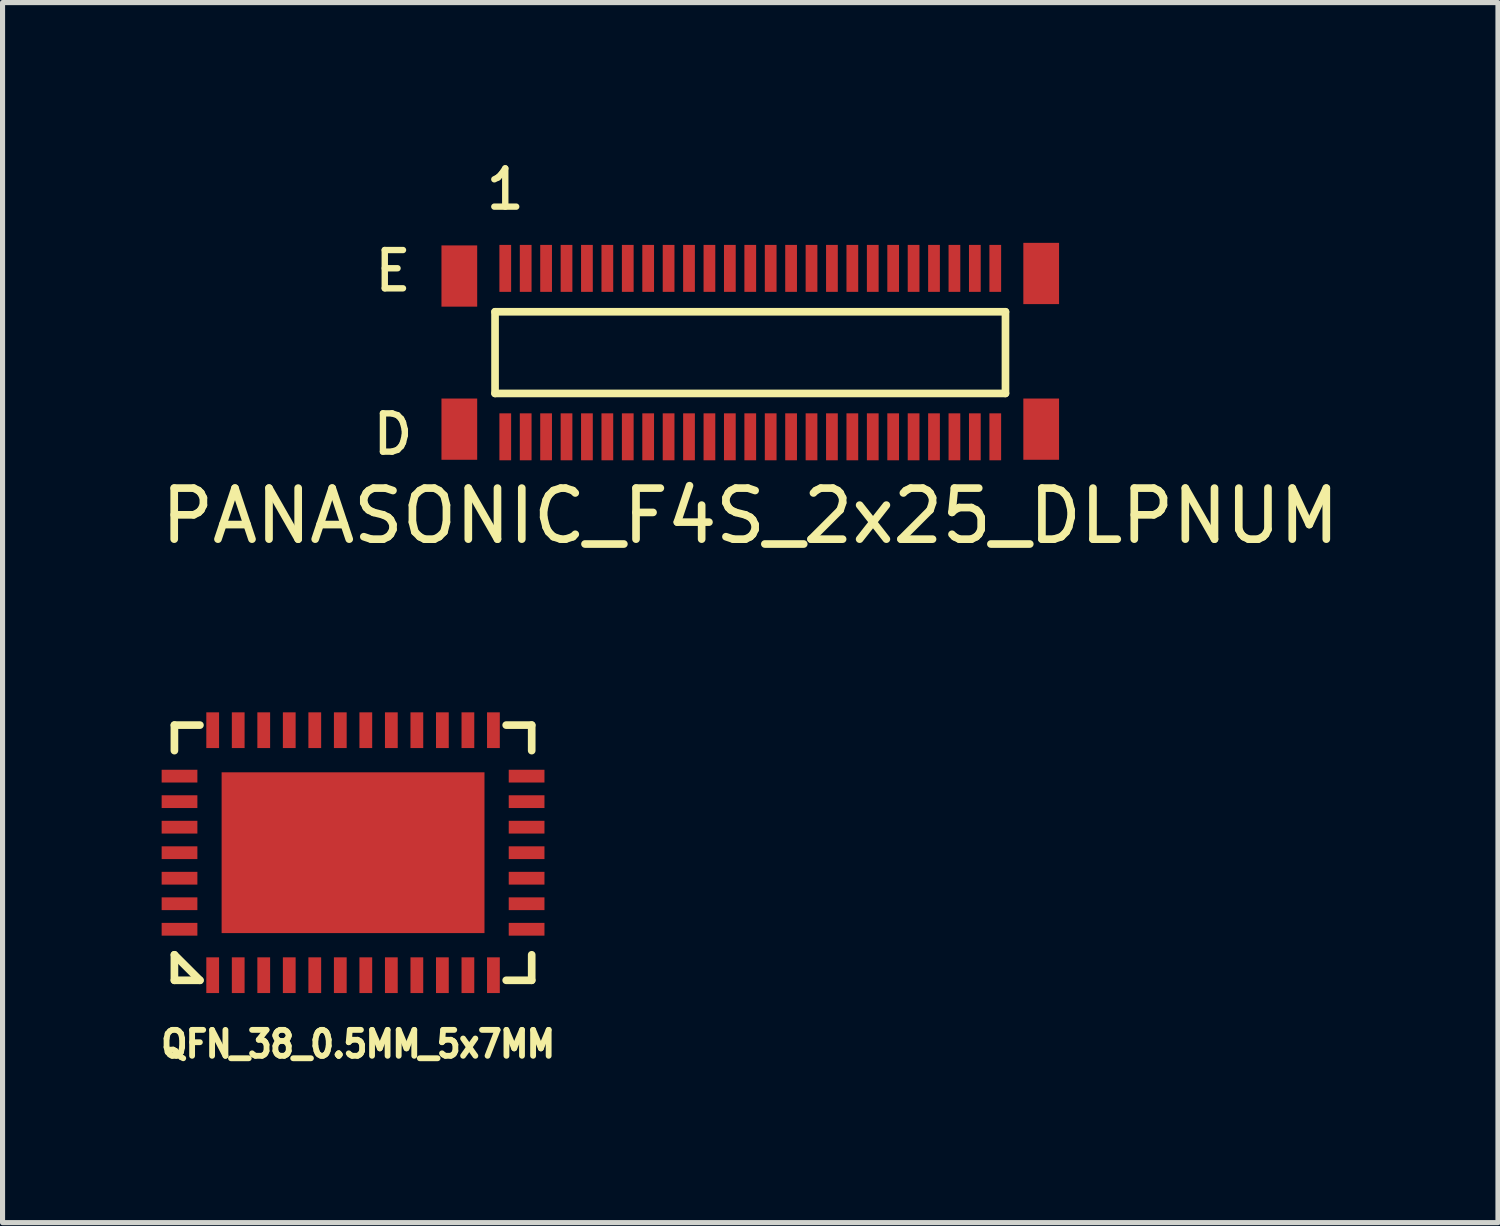
<source format=kicad_pcb>
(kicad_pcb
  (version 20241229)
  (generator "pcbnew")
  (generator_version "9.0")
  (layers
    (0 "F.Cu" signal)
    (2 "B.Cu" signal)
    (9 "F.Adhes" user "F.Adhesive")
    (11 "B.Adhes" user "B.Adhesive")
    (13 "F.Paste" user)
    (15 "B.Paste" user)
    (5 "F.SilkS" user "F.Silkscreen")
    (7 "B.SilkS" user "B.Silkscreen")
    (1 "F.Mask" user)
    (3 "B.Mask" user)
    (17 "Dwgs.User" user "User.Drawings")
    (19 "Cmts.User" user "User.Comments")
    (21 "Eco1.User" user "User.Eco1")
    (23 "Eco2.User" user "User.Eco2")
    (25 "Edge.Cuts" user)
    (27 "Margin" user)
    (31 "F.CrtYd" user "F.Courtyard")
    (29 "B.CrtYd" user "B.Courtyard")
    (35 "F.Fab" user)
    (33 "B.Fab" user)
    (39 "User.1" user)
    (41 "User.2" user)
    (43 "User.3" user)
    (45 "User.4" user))
  (footprint "PANASONIC_F4S_2x25_DLPNUM"
    (layer "F.Cu")
    (at 11.649 3.858)
    (property "Reference" "PANASONIC_F4S_2x25_DLPNUM" (at 0 3.2 0) (layer "F.SilkS") (effects (font (size 1 1) (thickness 0.15))))
    (attr through_hole)
    (fp_line (start -5 -0.8) (end -5 0.8) (stroke (width 0.15) (type solid)) (layer "F.SilkS"))
    (fp_line (start -5 0.8) (end 5 0.8) (stroke (width 0.15) (type solid)) (layer "F.SilkS"))
    (fp_line (start 5 -0.8) (end -5 -0.8) (stroke (width 0.15) (type solid)) (layer "F.SilkS"))
    (fp_line (start 5 0.8) (end 5 -0.8) (stroke (width 0.15) (type solid)) (layer "F.SilkS"))
    (fp_text user "1" (at -4.8 -3.2 0) (layer "F.SilkS") (effects (font (size 0.75 0.75) (thickness 0.125))))
    (fp_text user "E" (at -7 -1.6 0) (layer "F.SilkS") (effects (font (size 0.75 0.75) (thickness 0.125))))
    (fp_text user "D" (at -7 1.6 0) (layer "F.SilkS") (effects (font (size 0.75 0.75) (thickness 0.125))))
    (pad "" smd rect (at -5.7 -1.5) (size 0.7 1.2) (layers "F.Cu" "F.Mask" "F.Paste"))
    (pad "" smd rect (at -5.7 1.5) (size 0.7 1.2) (layers "F.Cu" "F.Mask" "F.Paste"))
    (pad "" smd rect (at 5.7 -1.55) (size 0.7 1.2) (layers "F.Cu" "F.Mask" "F.Paste"))
    (pad "" smd rect (at 5.7 1.5) (size 0.7 1.2) (layers "F.Cu" "F.Mask" "F.Paste"))
    (pad "D1" smd rect (at -4.8 1.65) (size 0.23 0.92) (layers "F.Cu" "F.Mask" "F.Paste"))
    (pad "D2" smd rect (at -4.4 1.65) (size 0.23 0.92) (layers "F.Cu" "F.Mask" "F.Paste"))
    (pad "D3" smd rect (at -4 1.65) (size 0.23 0.92) (layers "F.Cu" "F.Mask" "F.Paste"))
    (pad "D4" smd rect (at -3.6 1.65) (size 0.23 0.92) (layers "F.Cu" "F.Mask" "F.Paste"))
    (pad "D5" smd rect (at -3.2 1.65) (size 0.23 0.92) (layers "F.Cu" "F.Mask" "F.Paste"))
    (pad "D6" smd rect (at -2.8 1.65) (size 0.23 0.92) (layers "F.Cu" "F.Mask" "F.Paste"))
    (pad "D7" smd rect (at -2.4 1.65) (size 0.23 0.92) (layers "F.Cu" "F.Mask" "F.Paste"))
    (pad "D8" smd rect (at -2 1.65) (size 0.23 0.92) (layers "F.Cu" "F.Mask" "F.Paste"))
    (pad "D9" smd rect (at -1.6 1.65) (size 0.23 0.92) (layers "F.Cu" "F.Mask" "F.Paste"))
    (pad "D10" smd rect (at -1.2 1.65) (size 0.23 0.92) (layers "F.Cu" "F.Mask" "F.Paste"))
    (pad "D11" smd rect (at -0.8 1.65) (size 0.23 0.92) (layers "F.Cu" "F.Mask" "F.Paste"))
    (pad "D12" smd rect (at -0.4 1.65) (size 0.23 0.92) (layers "F.Cu" "F.Mask" "F.Paste"))
    (pad "D13" smd rect (at 0 1.65) (size 0.23 0.92) (layers "F.Cu" "F.Mask" "F.Paste"))
    (pad "D14" smd rect (at 0.4 1.65) (size 0.23 0.92) (layers "F.Cu" "F.Mask" "F.Paste"))
    (pad "D15" smd rect (at 0.8 1.65) (size 0.23 0.92) (layers "F.Cu" "F.Mask" "F.Paste"))
    (pad "D16" smd rect (at 1.2 1.65) (size 0.23 0.92) (layers "F.Cu" "F.Mask" "F.Paste"))
    (pad "D17" smd rect (at 1.6 1.65) (size 0.23 0.92) (layers "F.Cu" "F.Mask" "F.Paste"))
    (pad "D18" smd rect (at 2 1.65) (size 0.23 0.92) (layers "F.Cu" "F.Mask" "F.Paste"))
    (pad "D19" smd rect (at 2.4 1.65) (size 0.23 0.92) (layers "F.Cu" "F.Mask" "F.Paste"))
    (pad "D20" smd rect (at 2.8 1.65) (size 0.23 0.92) (layers "F.Cu" "F.Mask" "F.Paste"))
    (pad "D21" smd rect (at 3.2 1.65) (size 0.23 0.92) (layers "F.Cu" "F.Mask" "F.Paste"))
    (pad "D22" smd rect (at 3.6 1.65) (size 0.23 0.92) (layers "F.Cu" "F.Mask" "F.Paste"))
    (pad "D23" smd rect (at 4 1.65) (size 0.23 0.92) (layers "F.Cu" "F.Mask" "F.Paste"))
    (pad "D24" smd rect (at 4.4 1.65) (size 0.23 0.92) (layers "F.Cu" "F.Mask" "F.Paste"))
    (pad "D25" smd rect (at 4.8 1.65) (size 0.23 0.92) (layers "F.Cu" "F.Mask" "F.Paste"))
    (pad "E1" smd rect (at -4.8 -1.65) (size 0.23 0.92) (layers "F.Cu" "F.Mask" "F.Paste"))
    (pad "E2" smd rect (at -4.4 -1.65) (size 0.23 0.92) (layers "F.Cu" "F.Mask" "F.Paste"))
    (pad "E3" smd rect (at -4 -1.65) (size 0.23 0.92) (layers "F.Cu" "F.Mask" "F.Paste"))
    (pad "E4" smd rect (at -3.6 -1.65) (size 0.23 0.92) (layers "F.Cu" "F.Mask" "F.Paste"))
    (pad "E5" smd rect (at -3.2 -1.65) (size 0.23 0.92) (layers "F.Cu" "F.Mask" "F.Paste"))
    (pad "E6" smd rect (at -2.8 -1.65) (size 0.23 0.92) (layers "F.Cu" "F.Mask" "F.Paste"))
    (pad "E7" smd rect (at -2.4 -1.65) (size 0.23 0.92) (layers "F.Cu" "F.Mask" "F.Paste"))
    (pad "E8" smd rect (at -2 -1.65) (size 0.23 0.92) (layers "F.Cu" "F.Mask" "F.Paste"))
    (pad "E9" smd rect (at -1.6 -1.65) (size 0.23 0.92) (layers "F.Cu" "F.Mask" "F.Paste"))
    (pad "E10" smd rect (at -1.2 -1.65) (size 0.23 0.92) (layers "F.Cu" "F.Mask" "F.Paste"))
    (pad "E11" smd rect (at -0.8 -1.65) (size 0.23 0.92) (layers "F.Cu" "F.Mask" "F.Paste"))
    (pad "E12" smd rect (at -0.4 -1.65) (size 0.23 0.92) (layers "F.Cu" "F.Mask" "F.Paste"))
    (pad "E13" smd rect (at 0 -1.65) (size 0.23 0.92) (layers "F.Cu" "F.Mask" "F.Paste"))
    (pad "E14" smd rect (at 0.4 -1.65) (size 0.23 0.92) (layers "F.Cu" "F.Mask" "F.Paste"))
    (pad "E15" smd rect (at 0.8 -1.65) (size 0.23 0.92) (layers "F.Cu" "F.Mask" "F.Paste"))
    (pad "E16" smd rect (at 1.2 -1.65) (size 0.23 0.92) (layers "F.Cu" "F.Mask" "F.Paste"))
    (pad "E17" smd rect (at 1.6 -1.65) (size 0.23 0.92) (layers "F.Cu" "F.Mask" "F.Paste"))
    (pad "E18" smd rect (at 2 -1.65) (size 0.23 0.92) (layers "F.Cu" "F.Mask" "F.Paste"))
    (pad "E19" smd rect (at 2.4 -1.65) (size 0.23 0.92) (layers "F.Cu" "F.Mask" "F.Paste"))
    (pad "E20" smd rect (at 2.8 -1.65) (size 0.23 0.92) (layers "F.Cu" "F.Mask" "F.Paste"))
    (pad "E21" smd rect (at 3.2 -1.65) (size 0.23 0.92) (layers "F.Cu" "F.Mask" "F.Paste"))
    (pad "E22" smd rect (at 3.6 -1.65) (size 0.23 0.92) (layers "F.Cu" "F.Mask" "F.Paste"))
    (pad "E23" smd rect (at 4 -1.65) (size 0.23 0.92) (layers "F.Cu" "F.Mask" "F.Paste"))
    (pad "E24" smd rect (at 4.4 -1.65) (size 0.23 0.92) (layers "F.Cu" "F.Mask" "F.Paste"))
    (pad "E25" smd rect (at 4.8 -1.65) (size 0.23 0.92) (layers "F.Cu" "F.Mask" "F.Paste")))
  (footprint "QFN_38_0.5MM_5x7MM"
    (layer "F.Cu")
    (at 3.867 13.656)
    (property "Reference" "QFN_38_0.5MM_5x7MM" (at 0.1 3.75 0) (layer "F.SilkS") (effects (font (size 0.508 0.457) (thickness 0.114))))
    (attr through_hole)
    (fp_line (start -3.5 -2.5) (end -3.5 -2) (stroke (width 0.15) (type solid)) (layer "F.SilkS"))
    (fp_line (start -3.5 2) (end -3.5 2.5) (stroke (width 0.15) (type solid)) (layer "F.SilkS"))
    (fp_line (start -3.5 2.5) (end -3 2.5) (stroke (width 0.15) (type solid)) (layer "F.SilkS"))
    (fp_line (start -3 -2.5) (end -3.5 -2.5) (stroke (width 0.15) (type solid)) (layer "F.SilkS"))
    (fp_line (start -3 2.5) (end -3.5 2) (stroke (width 0.15) (type solid)) (layer "F.SilkS"))
    (fp_line (start 3 2.5) (end 3.5 2.5) (stroke (width 0.15) (type solid)) (layer "F.SilkS"))
    (fp_line (start 3.5 -2.5) (end 3 -2.5) (stroke (width 0.15) (type solid)) (layer "F.SilkS"))
    (fp_line (start 3.5 -2) (end 3.5 -2.5) (stroke (width 0.15) (type solid)) (layer "F.SilkS"))
    (fp_line (start 3.5 2.5) (end 3.5 2) (stroke (width 0.15) (type solid)) (layer "F.SilkS"))
    (pad "1" smd rect (at -2.75 2.4 180) (size 0.25 0.7) (layers "F.Cu" "F.Mask" "F.Paste"))
    (pad "2" smd rect (at -2.25 2.4 180) (size 0.25 0.7) (layers "F.Cu" "F.Mask" "F.Paste"))
    (pad "3" smd rect (at -1.75 2.4 180) (size 0.25 0.7) (layers "F.Cu" "F.Mask" "F.Paste"))
    (pad "4" smd rect (at -1.25 2.4 180) (size 0.25 0.7) (layers "F.Cu" "F.Mask" "F.Paste"))
    (pad "5" smd rect (at -0.75 2.4 180) (size 0.25 0.7) (layers "F.Cu" "F.Mask" "F.Paste"))
    (pad "6" smd rect (at -0.25 2.4 180) (size 0.25 0.7) (layers "F.Cu" "F.Mask" "F.Paste"))
    (pad "7" smd rect (at 0.25 2.4 180) (size 0.25 0.7) (layers "F.Cu" "F.Mask" "F.Paste"))
    (pad "8" smd rect (at 0.75 2.4 180) (size 0.25 0.7) (layers "F.Cu" "F.Mask" "F.Paste"))
    (pad "9" smd rect (at 1.25 2.4 180) (size 0.25 0.7) (layers "F.Cu" "F.Mask" "F.Paste"))
    (pad "10" smd rect (at 1.75 2.4 180) (size 0.25 0.7) (layers "F.Cu" "F.Mask" "F.Paste"))
    (pad "11" smd rect (at 2.25 2.4 180) (size 0.25 0.7) (layers "F.Cu" "F.Mask" "F.Paste"))
    (pad "12" smd rect (at 2.75 2.4 180) (size 0.25 0.7) (layers "F.Cu" "F.Mask" "F.Paste"))
    (pad "13" smd rect (at 3.4 1.5 90) (size 0.25 0.7) (layers "F.Cu" "F.Mask" "F.Paste"))
    (pad "14" smd rect (at 3.4 1 90) (size 0.25 0.7) (layers "F.Cu" "F.Mask" "F.Paste"))
    (pad "15" smd rect (at 3.4 0.5 90) (size 0.25 0.7) (layers "F.Cu" "F.Mask" "F.Paste"))
    (pad "16" smd rect (at 3.4 0 90) (size 0.25 0.7) (layers "F.Cu" "F.Mask" "F.Paste"))
    (pad "17" smd rect (at 3.4 -0.5 90) (size 0.25 0.7) (layers "F.Cu" "F.Mask" "F.Paste"))
    (pad "18" smd rect (at 3.4 -1 90) (size 0.25 0.7) (layers "F.Cu" "F.Mask" "F.Paste"))
    (pad "19" smd rect (at 3.4 -1.5 90) (size 0.25 0.7) (layers "F.Cu" "F.Mask" "F.Paste"))
    (pad "20" smd rect (at 2.75 -2.4) (size 0.25 0.7) (layers "F.Cu" "F.Mask" "F.Paste"))
    (pad "21" smd rect (at 2.25 -2.4) (size 0.25 0.7) (layers "F.Cu" "F.Mask" "F.Paste"))
    (pad "22" smd rect (at 1.75 -2.4) (size 0.25 0.7) (layers "F.Cu" "F.Mask" "F.Paste"))
    (pad "23" smd rect (at 1.25 -2.4) (size 0.25 0.7) (layers "F.Cu" "F.Mask" "F.Paste"))
    (pad "24" smd rect (at 0.75 -2.4) (size 0.25 0.7) (layers "F.Cu" "F.Mask" "F.Paste"))
    (pad "25" smd rect (at 0.25 -2.4) (size 0.25 0.7) (layers "F.Cu" "F.Mask" "F.Paste"))
    (pad "26" smd rect (at -0.25 -2.4) (size 0.25 0.7) (layers "F.Cu" "F.Mask" "F.Paste"))
    (pad "27" smd rect (at -0.75 -2.4) (size 0.25 0.7) (layers "F.Cu" "F.Mask" "F.Paste"))
    (pad "28" smd rect (at -1.25 -2.4) (size 0.25 0.7) (layers "F.Cu" "F.Mask" "F.Paste"))
    (pad "29" smd rect (at -1.75 -2.4) (size 0.25 0.7) (layers "F.Cu" "F.Mask" "F.Paste"))
    (pad "30" smd rect (at -2.25 -2.4) (size 0.25 0.7) (layers "F.Cu" "F.Mask" "F.Paste"))
    (pad "31" smd rect (at -2.75 -2.4) (size 0.25 0.7) (layers "F.Cu" "F.Mask" "F.Paste"))
    (pad "32" smd rect (at -3.4 -1.5 270) (size 0.25 0.7) (layers "F.Cu" "F.Mask" "F.Paste"))
    (pad "33" smd rect (at -3.4 -1 270) (size 0.25 0.7) (layers "F.Cu" "F.Mask" "F.Paste"))
    (pad "34" smd rect (at -3.4 -0.5 270) (size 0.25 0.7) (layers "F.Cu" "F.Mask" "F.Paste"))
    (pad "35" smd rect (at -3.4 0 270) (size 0.25 0.7) (layers "F.Cu" "F.Mask" "F.Paste"))
    (pad "36" smd rect (at -3.4 0.5 270) (size 0.25 0.7) (layers "F.Cu" "F.Mask" "F.Paste"))
    (pad "37" smd rect (at -3.4 1 270) (size 0.25 0.7) (layers "F.Cu" "F.Mask" "F.Paste"))
    (pad "38" smd rect (at -3.4 1.5 270) (size 0.25 0.7) (layers "F.Cu" "F.Mask" "F.Paste"))
    (pad "PAD" smd rect (at -2 -1) (size 0.75 0.75) (layers "F.Cu" "F.Paste"))
    (pad "PAD" smd rect (at -2 0) (size 0.75 0.75) (layers "F.Cu" "F.Paste"))
    (pad "PAD" smd rect (at -2 1) (size 0.75 0.75) (layers "F.Cu" "F.Paste"))
    (pad "PAD" smd rect (at -1 -1) (size 0.75 0.75) (layers "F.Cu" "F.Paste"))
    (pad "PAD" smd rect (at -1 0) (size 0.75 0.75) (layers "F.Cu" "F.Paste"))
    (pad "PAD" smd rect (at -1 1) (size 0.75 0.75) (layers "F.Cu" "F.Paste"))
    (pad "PAD" smd rect (at 0 -1) (size 0.75 0.75) (layers "F.Cu" "F.Paste"))
    (pad "PAD" smd rect (at 0 0) (size 0.75 0.75) (layers "F.Cu" "F.Paste"))
    (pad "PAD" smd rect (at 0 0) (size 5.15 3.15) (layers "F.Cu" "F.Mask"))
    (pad "PAD" smd rect (at 0 1) (size 0.75 0.75) (layers "F.Cu" "F.Paste"))
    (pad "PAD" smd rect (at 1 -1) (size 0.75 0.75) (layers "F.Cu" "F.Paste"))
    (pad "PAD" smd rect (at 1 0) (size 0.75 0.75) (layers "F.Cu" "F.Paste"))
    (pad "PAD" smd rect (at 1 1) (size 0.75 0.75) (layers "F.Cu" "F.Paste"))
    (pad "PAD" smd rect (at 2 -1) (size 0.75 0.75) (layers "F.Cu" "F.Paste"))
    (pad "PAD" smd rect (at 2 0) (size 0.75 0.75) (layers "F.Cu" "F.Paste"))
    (pad "PAD" smd rect (at 2 1) (size 0.75 0.75) (layers "F.Cu" "F.Paste")))
  (gr_rect
    (start -3 -3)
    (end 26.298 20.904)
    (stroke (width 0.1) (type default))
    (fill no)
    (layer "Edge.Cuts")))
</source>
